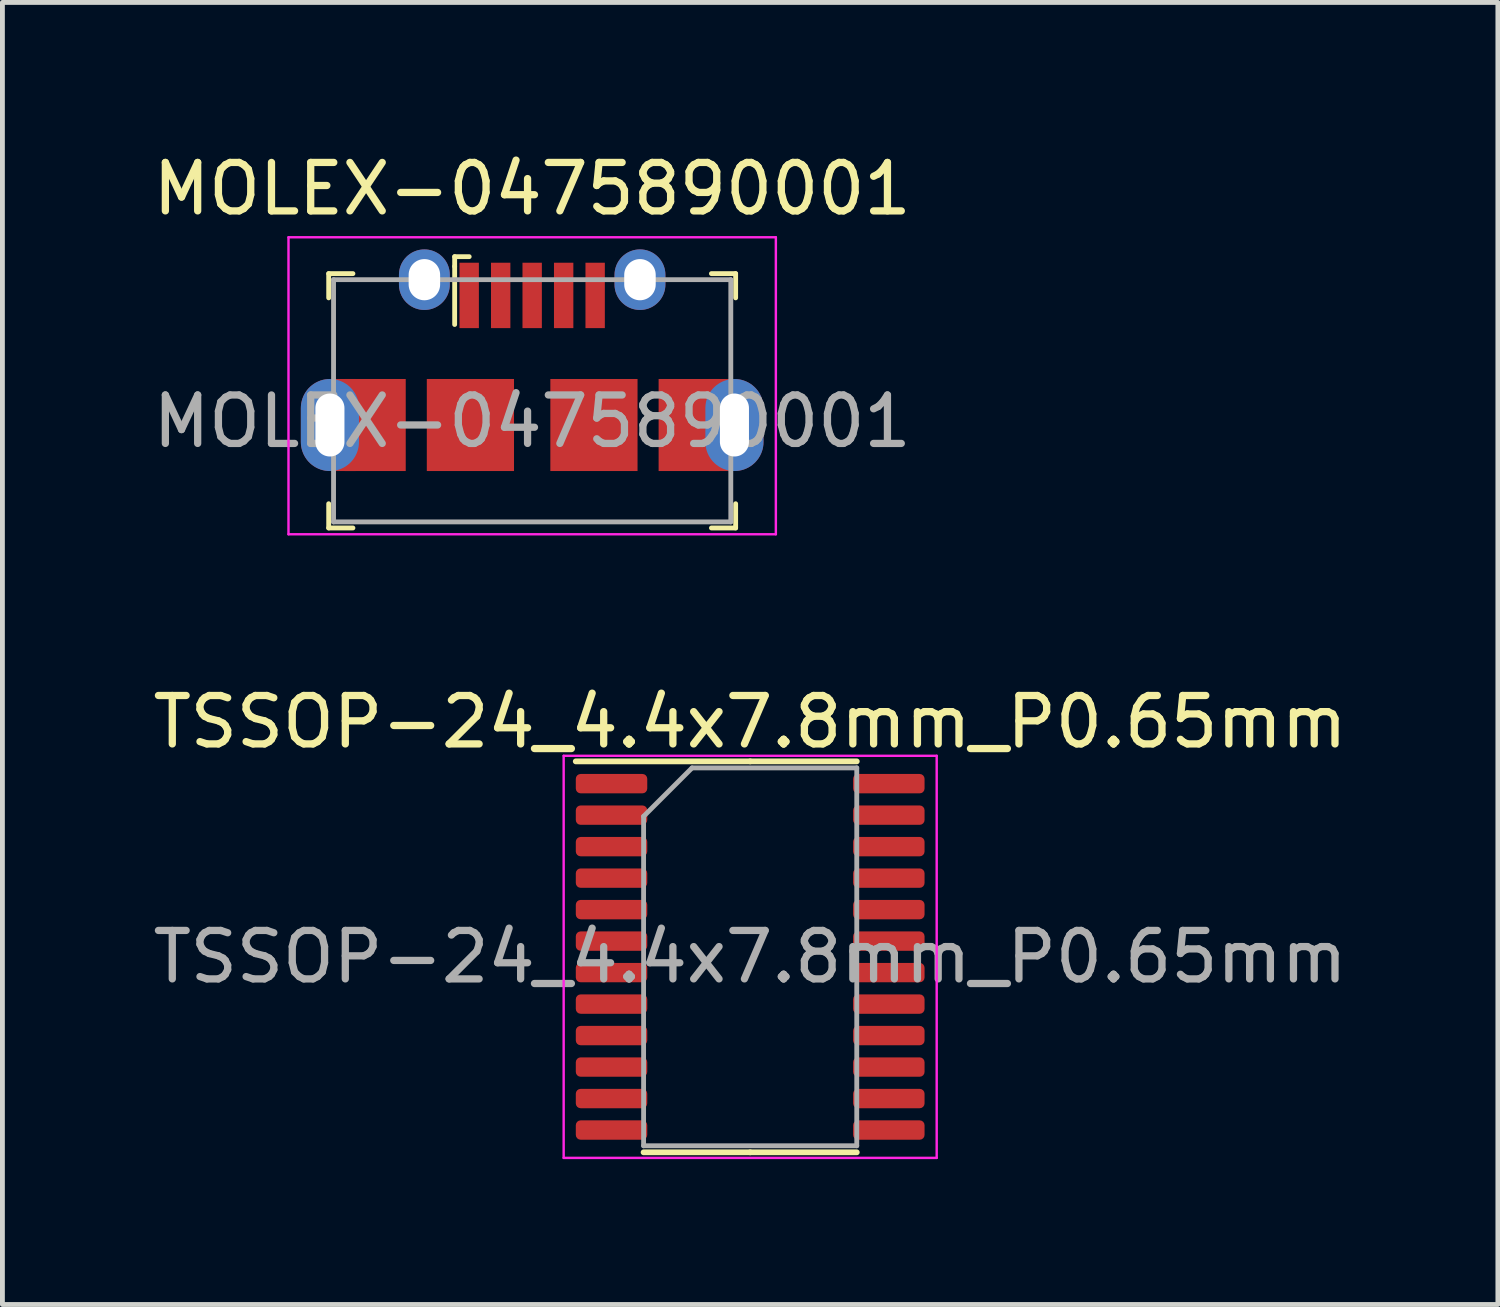
<source format=kicad_pcb>
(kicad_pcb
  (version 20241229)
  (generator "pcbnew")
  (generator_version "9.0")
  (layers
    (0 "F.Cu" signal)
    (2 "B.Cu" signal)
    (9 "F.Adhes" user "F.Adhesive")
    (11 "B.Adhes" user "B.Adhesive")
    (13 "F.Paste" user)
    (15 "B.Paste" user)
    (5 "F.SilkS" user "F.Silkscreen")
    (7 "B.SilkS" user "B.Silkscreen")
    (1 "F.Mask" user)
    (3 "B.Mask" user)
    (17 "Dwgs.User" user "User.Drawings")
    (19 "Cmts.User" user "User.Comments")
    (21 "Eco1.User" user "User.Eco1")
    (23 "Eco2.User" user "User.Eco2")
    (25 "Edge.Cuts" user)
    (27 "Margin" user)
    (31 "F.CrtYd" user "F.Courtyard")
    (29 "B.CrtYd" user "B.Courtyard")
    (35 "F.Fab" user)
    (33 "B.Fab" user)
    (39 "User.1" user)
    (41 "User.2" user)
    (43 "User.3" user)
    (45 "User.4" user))
  (footprint "TSSOP-24_4.4x7.8mm_P0.65mm"
    (layer "F.Cu")
    (at 12.435 16.701)
    (property "Reference" "TSSOP-24_4.4x7.8mm_P0.65mm" (at 0 -4.85 0) (layer "F.SilkS") (effects (font (size 1 1) (thickness 0.15))))
    (attr smd)
    (fp_line (start 0 -4.035) (end -3.6 -4.035) (stroke (width 0.12) (type solid)) (layer "F.SilkS"))
    (fp_line (start 0 -4.035) (end 2.2 -4.035) (stroke (width 0.12) (type solid)) (layer "F.SilkS"))
    (fp_line (start 0 4.035) (end -2.2 4.035) (stroke (width 0.12) (type solid)) (layer "F.SilkS"))
    (fp_line (start 0 4.035) (end 2.2 4.035) (stroke (width 0.12) (type solid)) (layer "F.SilkS"))
    (fp_line (start -3.85 -4.15) (end -3.85 4.15) (stroke (width 0.05) (type solid)) (layer "F.CrtYd"))
    (fp_line (start -3.85 4.15) (end 3.85 4.15) (stroke (width 0.05) (type solid)) (layer "F.CrtYd"))
    (fp_line (start 3.85 -4.15) (end -3.85 -4.15) (stroke (width 0.05) (type solid)) (layer "F.CrtYd"))
    (fp_line (start 3.85 4.15) (end 3.85 -4.15) (stroke (width 0.05) (type solid)) (layer "F.CrtYd"))
    (fp_line (start -2.2 -2.9) (end -1.2 -3.9) (stroke (width 0.1) (type solid)) (layer "F.Fab"))
    (fp_line (start -2.2 3.9) (end -2.2 -2.9) (stroke (width 0.1) (type solid)) (layer "F.Fab"))
    (fp_line (start -1.2 -3.9) (end 2.2 -3.9) (stroke (width 0.1) (type solid)) (layer "F.Fab"))
    (fp_line (start 2.2 -3.9) (end 2.2 3.9) (stroke (width 0.1) (type solid)) (layer "F.Fab"))
    (fp_line (start 2.2 3.9) (end -2.2 3.9) (stroke (width 0.1) (type solid)) (layer "F.Fab"))
    (fp_text user "${REFERENCE}" (at 0 0 0) (layer "F.Fab") (effects (font (size 1 1) (thickness 0.15))))
    (pad "1" smd roundrect (at -2.862 -3.575) (size 1.475 0.4) (layers "F.Cu" "F.Mask" "F.Paste") (roundrect_rratio 0.25))
    (pad "2" smd roundrect (at -2.862 -2.925) (size 1.475 0.4) (layers "F.Cu" "F.Mask" "F.Paste") (roundrect_rratio 0.25))
    (pad "3" smd roundrect (at -2.862 -2.275) (size 1.475 0.4) (layers "F.Cu" "F.Mask" "F.Paste") (roundrect_rratio 0.25))
    (pad "4" smd roundrect (at -2.862 -1.625) (size 1.475 0.4) (layers "F.Cu" "F.Mask" "F.Paste") (roundrect_rratio 0.25))
    (pad "5" smd roundrect (at -2.862 -0.975) (size 1.475 0.4) (layers "F.Cu" "F.Mask" "F.Paste") (roundrect_rratio 0.25))
    (pad "6" smd roundrect (at -2.862 -0.325) (size 1.475 0.4) (layers "F.Cu" "F.Mask" "F.Paste") (roundrect_rratio 0.25))
    (pad "7" smd roundrect (at -2.862 0.325) (size 1.475 0.4) (layers "F.Cu" "F.Mask" "F.Paste") (roundrect_rratio 0.25))
    (pad "8" smd roundrect (at -2.862 0.975) (size 1.475 0.4) (layers "F.Cu" "F.Mask" "F.Paste") (roundrect_rratio 0.25))
    (pad "9" smd roundrect (at -2.862 1.625) (size 1.475 0.4) (layers "F.Cu" "F.Mask" "F.Paste") (roundrect_rratio 0.25))
    (pad "10" smd roundrect (at -2.862 2.275) (size 1.475 0.4) (layers "F.Cu" "F.Mask" "F.Paste") (roundrect_rratio 0.25))
    (pad "11" smd roundrect (at -2.862 2.925) (size 1.475 0.4) (layers "F.Cu" "F.Mask" "F.Paste") (roundrect_rratio 0.25))
    (pad "12" smd roundrect (at -2.862 3.575) (size 1.475 0.4) (layers "F.Cu" "F.Mask" "F.Paste") (roundrect_rratio 0.25))
    (pad "13" smd roundrect (at 2.862 3.575) (size 1.475 0.4) (layers "F.Cu" "F.Mask" "F.Paste") (roundrect_rratio 0.25))
    (pad "14" smd roundrect (at 2.862 2.925) (size 1.475 0.4) (layers "F.Cu" "F.Mask" "F.Paste") (roundrect_rratio 0.25))
    (pad "15" smd roundrect (at 2.862 2.275) (size 1.475 0.4) (layers "F.Cu" "F.Mask" "F.Paste") (roundrect_rratio 0.25))
    (pad "16" smd roundrect (at 2.862 1.625) (size 1.475 0.4) (layers "F.Cu" "F.Mask" "F.Paste") (roundrect_rratio 0.25))
    (pad "17" smd roundrect (at 2.862 0.975) (size 1.475 0.4) (layers "F.Cu" "F.Mask" "F.Paste") (roundrect_rratio 0.25))
    (pad "18" smd roundrect (at 2.862 0.325) (size 1.475 0.4) (layers "F.Cu" "F.Mask" "F.Paste") (roundrect_rratio 0.25))
    (pad "19" smd roundrect (at 2.862 -0.325) (size 1.475 0.4) (layers "F.Cu" "F.Mask" "F.Paste") (roundrect_rratio 0.25))
    (pad "20" smd roundrect (at 2.862 -0.975) (size 1.475 0.4) (layers "F.Cu" "F.Mask" "F.Paste") (roundrect_rratio 0.25))
    (pad "21" smd roundrect (at 2.862 -1.625) (size 1.475 0.4) (layers "F.Cu" "F.Mask" "F.Paste") (roundrect_rratio 0.25))
    (pad "22" smd roundrect (at 2.862 -2.275) (size 1.475 0.4) (layers "F.Cu" "F.Mask" "F.Paste") (roundrect_rratio 0.25))
    (pad "23" smd roundrect (at 2.862 -2.925) (size 1.475 0.4) (layers "F.Cu" "F.Mask" "F.Paste") (roundrect_rratio 0.25))
    (pad "24" smd roundrect (at 2.862 -3.575) (size 1.475 0.4) (layers "F.Cu" "F.Mask" "F.Paste") (roundrect_rratio 0.25)))
  (footprint "MOLEX-0475890001"
    (layer "F.Cu")
    (at 7.935 3.048)
    (property "Reference" "MOLEX-0475890001" (at 0 -2.2 0) (layer "F.SilkS") (effects (font (size 1 1) (thickness 0.15))))
    (attr smd)
    (fp_line (start -4.2 -0.45) (end -4.2 0.05) (stroke (width 0.1) (type solid)) (layer "F.SilkS"))
    (fp_line (start -4.2 4.8) (end -4.2 4.3) (stroke (width 0.1) (type solid)) (layer "F.SilkS"))
    (fp_line (start -4.2 4.8) (end -3.7 4.8) (stroke (width 0.1) (type solid)) (layer "F.SilkS"))
    (fp_line (start -3.7 -0.45) (end -4.2 -0.45) (stroke (width 0.1) (type solid)) (layer "F.SilkS"))
    (fp_line (start -1.6 -0.8) (end -1.3 -0.8) (stroke (width 0.1) (type solid)) (layer "F.SilkS"))
    (fp_line (start -1.6 -0.6) (end -1.6 -0.8) (stroke (width 0.1) (type solid)) (layer "F.SilkS"))
    (fp_line (start -1.6 -0.6) (end -1.6 0.6) (stroke (width 0.1) (type solid)) (layer "F.SilkS"))
    (fp_line (start 3.7 4.8) (end 4.2 4.8) (stroke (width 0.1) (type solid)) (layer "F.SilkS"))
    (fp_line (start 4.2 -0.45) (end 3.7 -0.45) (stroke (width 0.1) (type solid)) (layer "F.SilkS"))
    (fp_line (start 4.2 -0.45) (end 4.2 0.05) (stroke (width 0.1) (type solid)) (layer "F.SilkS"))
    (fp_line (start 4.2 4.8) (end 4.2 4.3) (stroke (width 0.1) (type solid)) (layer "F.SilkS"))
    (fp_line (start -5.03 -1.2) (end -5.03 4.93) (stroke (width 0.05) (type solid)) (layer "F.CrtYd"))
    (fp_line (start -5.03 -1.2) (end 5.03 -1.2) (stroke (width 0.05) (type solid)) (layer "F.CrtYd"))
    (fp_line (start -5.03 4.93) (end 5.03 4.93) (stroke (width 0.05) (type solid)) (layer "F.CrtYd"))
    (fp_line (start 5.03 -1.2) (end 5.03 4.93) (stroke (width 0.05) (type solid)) (layer "F.CrtYd"))
    (fp_line (start -4.1 -0.325) (end -4.1 4.675) (stroke (width 0.1) (type solid)) (layer "F.Fab"))
    (fp_line (start 4.1 -0.325) (end -4.1 -0.325) (stroke (width 0.1) (type solid)) (layer "F.Fab"))
    (fp_line (start 4.1 -0.325) (end 4.1 4.675) (stroke (width 0.1) (type solid)) (layer "F.Fab"))
    (fp_line (start 4.1 4.675) (end -4.1 4.675) (stroke (width 0.1) (type solid)) (layer "F.Fab"))
    (fp_text user "${REFERENCE}" (at 0 2.6 0) (layer "F.Fab") (effects (font (size 1 1) (thickness 0.15))))
    (pad "1" smd rect (at -1.3 0 270) (size 1.35 0.4) (layers "F.Cu" "F.Mask" "F.Paste"))
    (pad "2" smd rect (at -0.65 0 270) (size 1.35 0.4) (layers "F.Cu" "F.Mask" "F.Paste"))
    (pad "3" smd rect (at 0 0 270) (size 1.35 0.4) (layers "F.Cu" "F.Mask" "F.Paste"))
    (pad "4" smd rect (at 0.65 0 270) (size 1.35 0.4) (layers "F.Cu" "F.Mask" "F.Paste"))
    (pad "5" smd rect (at 1.3 0 270) (size 1.35 0.4) (layers "F.Cu" "F.Mask" "F.Paste"))
    (pad "6" thru_hole oval (at -4.175 2.675 270) (size 1.9 1.2) (drill oval 1.3 0.6) (layers "*.Cu" "*.Mask"))
    (pad "6" smd rect (at -3.89 1.775 270) (size 0.1 0.5) (layers "F.Cu" "F.Mask" "F.Paste"))
    (pad "6" smd rect (at -3.89 3.575 270) (size 0.1 0.5) (layers "F.Cu" "F.Mask" "F.Paste"))
    (pad "6" smd rect (at -3.24 2.675 270) (size 1.9 1.26) (layers "F.Cu" "F.Mask" "F.Paste"))
    (pad "6" thru_hole oval (at -2.225 -0.325 270) (size 1.25 1.05) (drill oval 0.85 0.65) (layers "*.Cu" "*.Mask"))
    (pad "6" smd rect (at -1.275 2.675 270) (size 1.9 1.8) (layers "F.Cu" "F.Mask" "F.Paste"))
    (pad "6" smd rect (at 1.275 2.675 270) (size 1.9 1.8) (layers "F.Cu" "F.Mask" "F.Paste"))
    (pad "6" thru_hole oval (at 2.225 -0.325 270) (size 1.25 1.05) (drill oval 0.85 0.65) (layers "*.Cu" "*.Mask"))
    (pad "6" smd rect (at 3.24 2.675 270) (size 1.9 1.26) (layers "F.Cu" "F.Mask" "F.Paste"))
    (pad "6" smd rect (at 3.89 1.775 270) (size 0.1 0.5) (layers "F.Cu" "F.Mask" "F.Paste"))
    (pad "6" smd rect (at 3.9 3.575 270) (size 0.1 0.5) (layers "F.Cu" "F.Mask" "F.Paste"))
    (pad "6" thru_hole oval (at 4.175 2.675 270) (size 1.9 1.2) (drill oval 1.3 0.6) (layers "*.Cu" "*.Mask")))
  (gr_rect
    (start -3 -3)
    (end 27.869 23.877)
    (stroke (width 0.1) (type default))
    (fill no)
    (layer "Edge.Cuts")))
</source>
